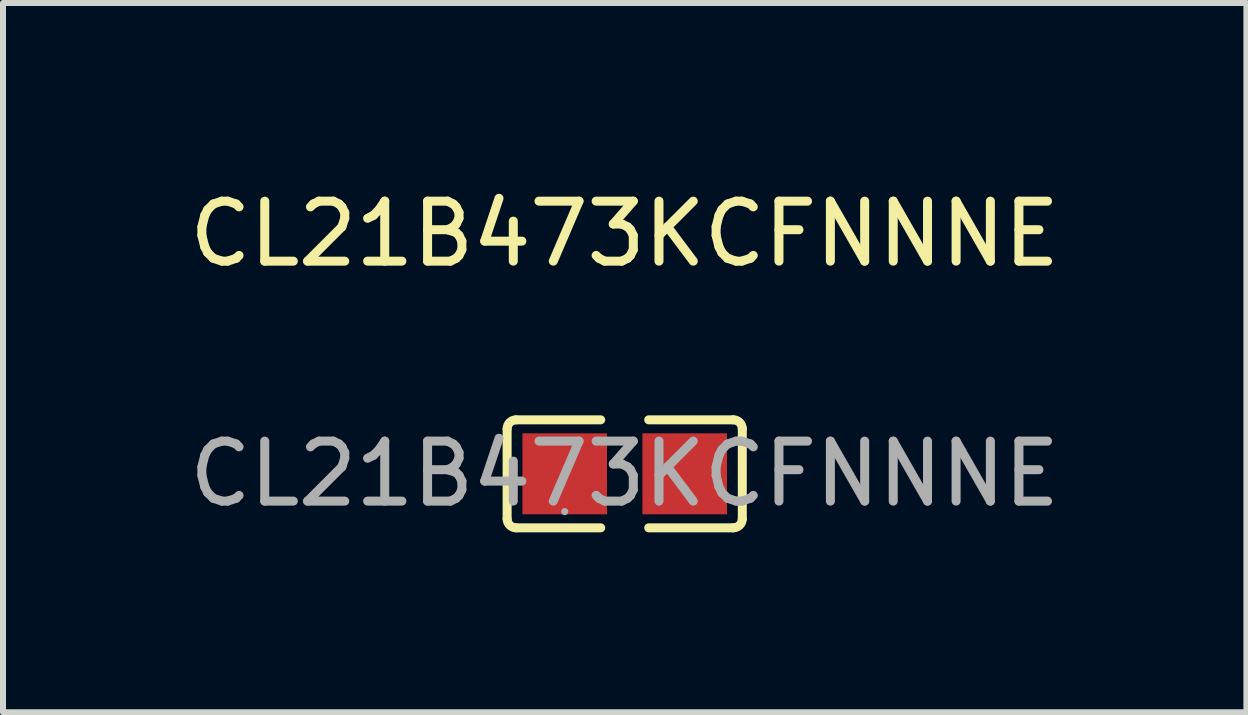
<source format=kicad_pcb>
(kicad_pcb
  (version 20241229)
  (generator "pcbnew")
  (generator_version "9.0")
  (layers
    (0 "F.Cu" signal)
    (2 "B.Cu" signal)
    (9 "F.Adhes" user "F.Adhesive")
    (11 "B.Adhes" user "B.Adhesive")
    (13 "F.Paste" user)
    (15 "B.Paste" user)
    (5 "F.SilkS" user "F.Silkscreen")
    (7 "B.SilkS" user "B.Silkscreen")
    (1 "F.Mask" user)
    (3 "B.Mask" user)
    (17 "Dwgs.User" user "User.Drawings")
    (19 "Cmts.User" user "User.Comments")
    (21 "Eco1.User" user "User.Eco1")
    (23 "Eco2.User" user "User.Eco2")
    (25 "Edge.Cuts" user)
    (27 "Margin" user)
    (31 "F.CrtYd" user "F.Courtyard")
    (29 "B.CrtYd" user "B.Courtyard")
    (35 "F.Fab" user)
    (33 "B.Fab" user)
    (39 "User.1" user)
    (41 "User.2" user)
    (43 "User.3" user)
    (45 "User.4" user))
  (footprint "CL21B473KCFNNNE"
    (layer "F.Cu")
    (at 7.363 4.848)
    (property "Reference" "CL21B473KCFNNNE" (at 0 -4 0) (layer "F.SilkS") (effects (font (size 1 1) (thickness 0.15))))
    (attr smd)
    (fp_line (start -1.96 0.75) (end -1.96 -0.75) (stroke (width 0.15) (type solid)) (layer "F.SilkS"))
    (fp_line (start -1.81 -0.9) (end -0.4 -0.9) (stroke (width 0.15) (type solid)) (layer "F.SilkS"))
    (fp_line (start -0.4 0.9) (end -1.81 0.9) (stroke (width 0.15) (type solid)) (layer "F.SilkS"))
    (fp_line (start 0.4 0.9) (end 1.81 0.9) (stroke (width 0.15) (type solid)) (layer "F.SilkS"))
    (fp_line (start 1.81 -0.9) (end 0.4 -0.9) (stroke (width 0.15) (type solid)) (layer "F.SilkS"))
    (fp_line (start 1.96 0.75) (end 1.96 -0.75) (stroke (width 0.15) (type solid)) (layer "F.SilkS"))
    (fp_arc (start -1.96 -0.75) (mid -1.916066 -0.856066) (end -1.81 -0.9) (stroke (width 0.15) (type solid)) (layer "F.SilkS"))
    (fp_arc (start -1.81 0.9) (mid -1.916066 0.856066) (end -1.96 0.75) (stroke (width 0.15) (type solid)) (layer "F.SilkS"))
    (fp_arc (start 1.81 -0.9) (mid 1.916066 -0.856066) (end 1.96 -0.75) (stroke (width 0.15) (type solid)) (layer "F.SilkS"))
    (fp_arc (start 1.96 0.75) (mid 1.916066 0.856066) (end 1.81 0.9) (stroke (width 0.15) (type solid)) (layer "F.SilkS"))
    (fp_circle (center -1 0.63) (end -0.97 0.63) (stroke (width 0.06) (type solid)) (fill no) (layer "F.Fab"))
    (fp_text user "${REFERENCE}" (at 0 0 0) (layer "F.Fab") (effects (font (size 1 1) (thickness 0.15))))
    (pad "1" smd rect (at -1 0) (size 1.41 1.35) (layers "F.Cu" "F.Mask" "F.Paste"))
    (pad "2" smd rect (at 1 0) (size 1.41 1.35) (layers "F.Cu" "F.Mask" "F.Paste")))
  (gr_rect
    (start -3 -3)
    (end 17.726 8.823)
    (stroke (width 0.1) (type default))
    (fill no)
    (layer "Edge.Cuts")))
</source>
